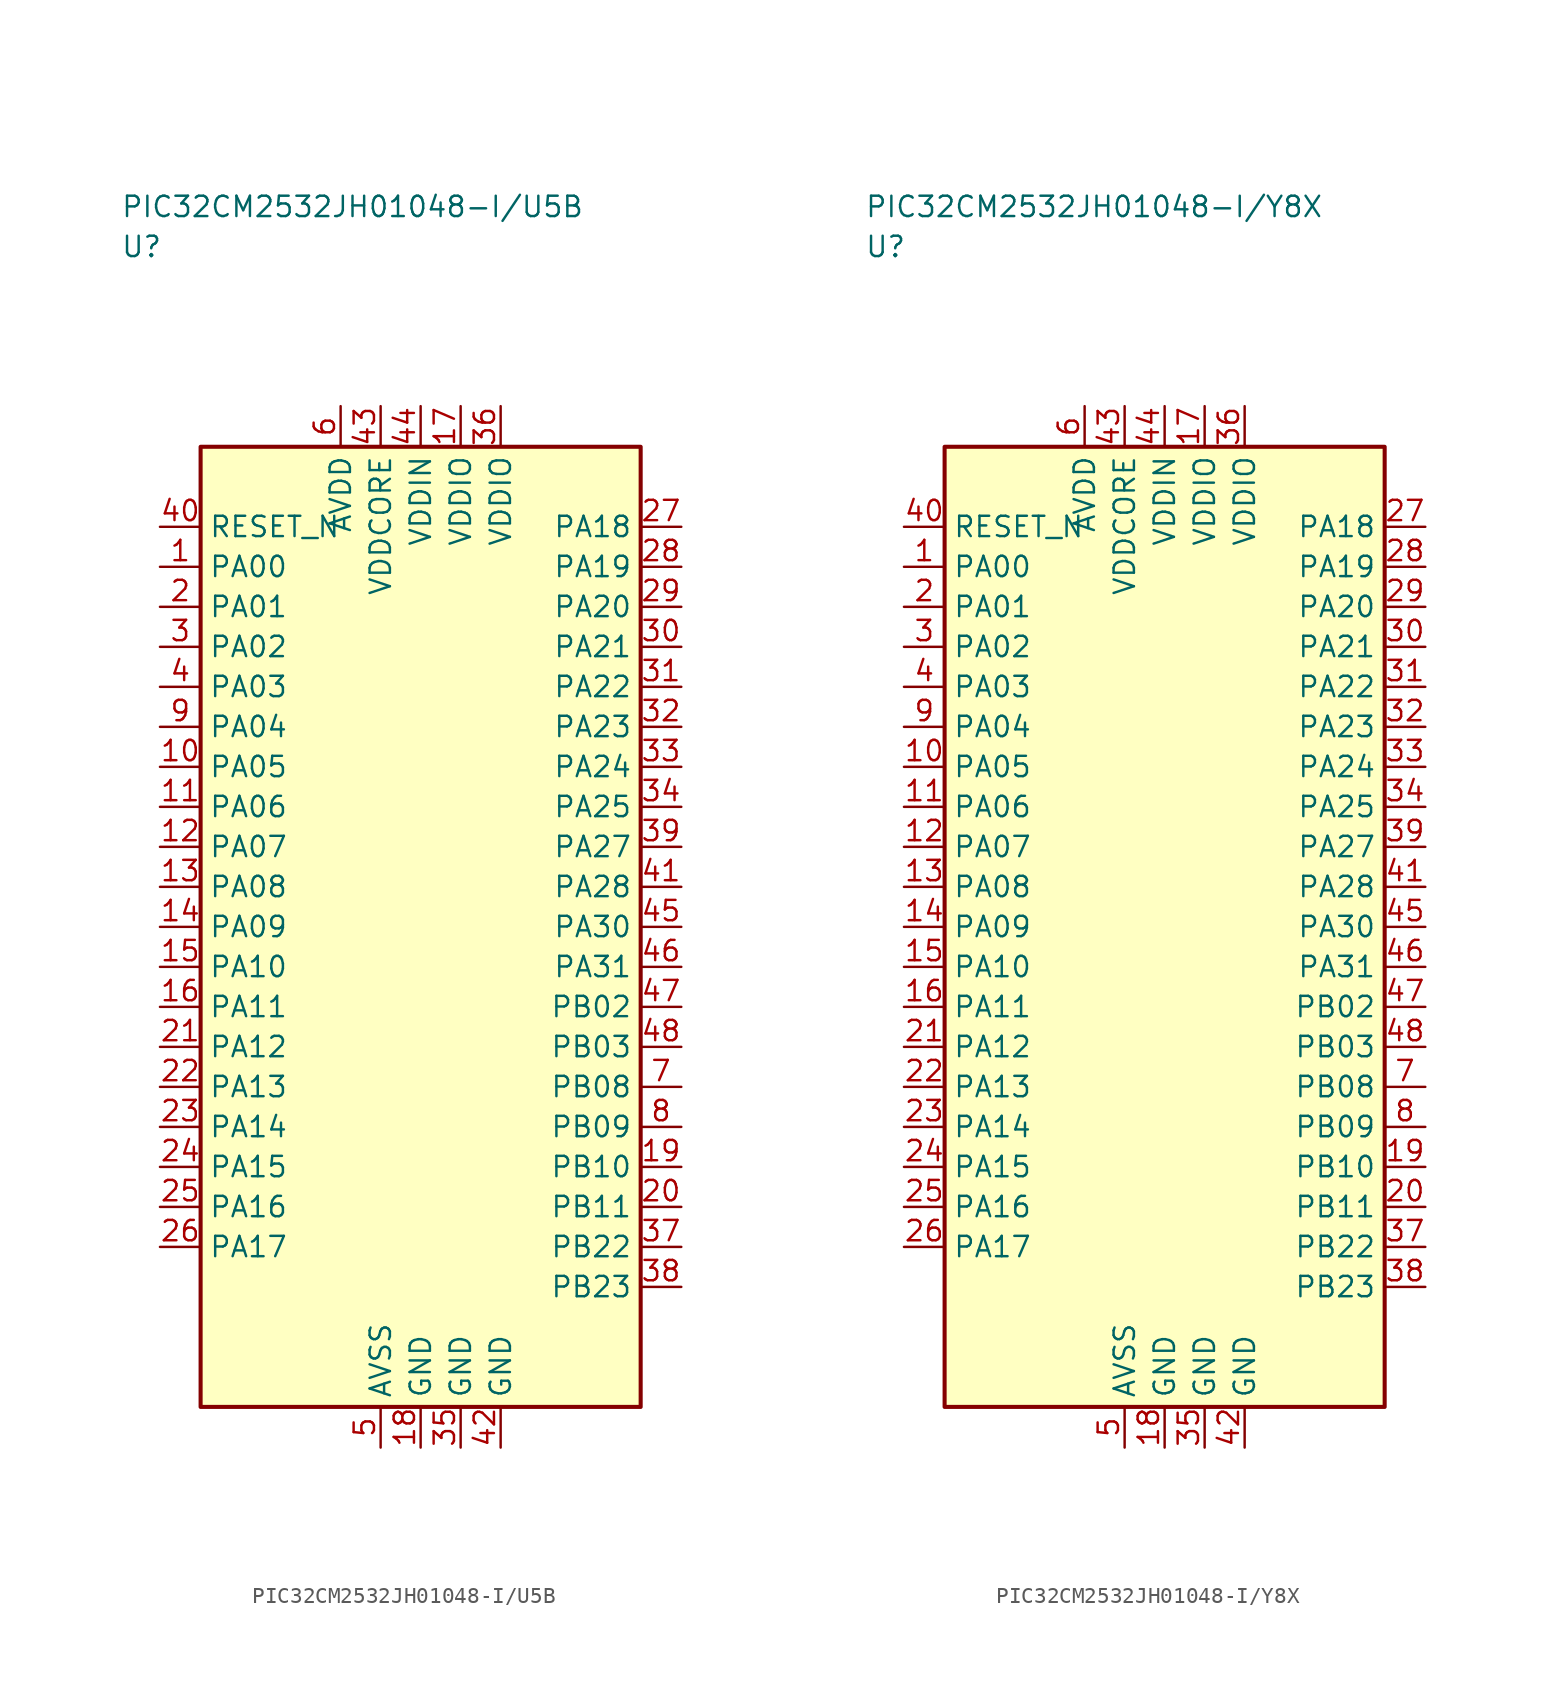
<source format=kicad_sym>
(kicad_symbol_lib
  (version 20241025)
  (generator "kicad_symbol_editor")
  (generator_version "8.0")
  (symbol "PIC32CM2532JH01048-I/U5B"
    (property "Reference" "U"
      (at -18.75 42.5 0)
      (effects (font (size 1.27 1.27)) (justify left)))
    (property "Value" "PIC32CM2532JH01048-I/U5B"
      (at -18.75 45.0 0)
      (effects (font (size 1.27 1.27)) (justify left)))
    (symbol "PIC32CM2532JH01048-I/U5B_0_1"
      (rectangle (start -13.75 30.0) (end 13.75 -30.0) (stroke (width 0.254) (type default)) (fill (type background))))
    (symbol "PIC32CM2532JH01048-I/U5B_1_1"
      (pin bidirectional line (at -16.29 22.5 0.0) (length 2.54) (name "PA00" (effects (font (size 1.27 1.27)))) (number "1" (effects (font (size 1.27 1.27)))))
      (pin bidirectional line (at -16.29 20.0 0.0) (length 2.54) (name "PA01" (effects (font (size 1.27 1.27)))) (number "2" (effects (font (size 1.27 1.27)))))
      (pin bidirectional line (at -16.29 17.5 0.0) (length 2.54) (name "PA02" (effects (font (size 1.27 1.27)))) (number "3" (effects (font (size 1.27 1.27)))))
      (pin bidirectional line (at -16.29 15.0 0.0) (length 2.54) (name "PA03" (effects (font (size 1.27 1.27)))) (number "4" (effects (font (size 1.27 1.27)))))
      (pin passive line (at -2.5 -32.54 90.0) (length 2.54) (name "AVSS" (effects (font (size 1.27 1.27)))) (number "5" (effects (font (size 1.27 1.27)))))
      (pin power_in line (at -5.0 32.54 270.0) (length 2.54) (name "AVDD" (effects (font (size 1.27 1.27)))) (number "6" (effects (font (size 1.27 1.27)))))
      (pin bidirectional line (at 16.29 -10.0 180.0) (length 2.54) (name "PB08" (effects (font (size 1.27 1.27)))) (number "7" (effects (font (size 1.27 1.27)))))
      (pin bidirectional line (at 16.29 -12.5 180.0) (length 2.54) (name "PB09" (effects (font (size 1.27 1.27)))) (number "8" (effects (font (size 1.27 1.27)))))
      (pin bidirectional line (at -16.29 12.5 0.0) (length 2.54) (name "PA04" (effects (font (size 1.27 1.27)))) (number "9" (effects (font (size 1.27 1.27)))))
      (pin bidirectional line (at -16.29 10.0 0.0) (length 2.54) (name "PA05" (effects (font (size 1.27 1.27)))) (number "10" (effects (font (size 1.27 1.27)))))
      (pin bidirectional line (at -16.29 7.5 0.0) (length 2.54) (name "PA06" (effects (font (size 1.27 1.27)))) (number "11" (effects (font (size 1.27 1.27)))))
      (pin bidirectional line (at -16.29 5.0 0.0) (length 2.54) (name "PA07" (effects (font (size 1.27 1.27)))) (number "12" (effects (font (size 1.27 1.27)))))
      (pin bidirectional line (at -16.29 2.5 0.0) (length 2.54) (name "PA08" (effects (font (size 1.27 1.27)))) (number "13" (effects (font (size 1.27 1.27)))))
      (pin bidirectional line (at -16.29 0.0 0.0) (length 2.54) (name "PA09" (effects (font (size 1.27 1.27)))) (number "14" (effects (font (size 1.27 1.27)))))
      (pin bidirectional line (at -16.29 -2.5 0.0) (length 2.54) (name "PA10" (effects (font (size 1.27 1.27)))) (number "15" (effects (font (size 1.27 1.27)))))
      (pin bidirectional line (at -16.29 -5.0 0.0) (length 2.54) (name "PA11" (effects (font (size 1.27 1.27)))) (number "16" (effects (font (size 1.27 1.27)))))
      (pin power_in line (at 2.5 32.54 270.0) (length 2.54) (name "VDDIO" (effects (font (size 1.27 1.27)))) (number "17" (effects (font (size 1.27 1.27)))))
      (pin passive line (at 0.0 -32.54 90.0) (length 2.54) (name "GND" (effects (font (size 1.27 1.27)))) (number "18" (effects (font (size 1.27 1.27)))))
      (pin bidirectional line (at 16.29 -15.0 180.0) (length 2.54) (name "PB10" (effects (font (size 1.27 1.27)))) (number "19" (effects (font (size 1.27 1.27)))))
      (pin bidirectional line (at 16.29 -17.5 180.0) (length 2.54) (name "PB11" (effects (font (size 1.27 1.27)))) (number "20" (effects (font (size 1.27 1.27)))))
      (pin bidirectional line (at -16.29 -7.5 0.0) (length 2.54) (name "PA12" (effects (font (size 1.27 1.27)))) (number "21" (effects (font (size 1.27 1.27)))))
      (pin bidirectional line (at -16.29 -10.0 0.0) (length 2.54) (name "PA13" (effects (font (size 1.27 1.27)))) (number "22" (effects (font (size 1.27 1.27)))))
      (pin bidirectional line (at -16.29 -12.5 0.0) (length 2.54) (name "PA14" (effects (font (size 1.27 1.27)))) (number "23" (effects (font (size 1.27 1.27)))))
      (pin bidirectional line (at -16.29 -15.0 0.0) (length 2.54) (name "PA15" (effects (font (size 1.27 1.27)))) (number "24" (effects (font (size 1.27 1.27)))))
      (pin bidirectional line (at -16.29 -17.5 0.0) (length 2.54) (name "PA16" (effects (font (size 1.27 1.27)))) (number "25" (effects (font (size 1.27 1.27)))))
      (pin bidirectional line (at -16.29 -20.0 0.0) (length 2.54) (name "PA17" (effects (font (size 1.27 1.27)))) (number "26" (effects (font (size 1.27 1.27)))))
      (pin bidirectional line (at 16.29 25.0 180.0) (length 2.54) (name "PA18" (effects (font (size 1.27 1.27)))) (number "27" (effects (font (size 1.27 1.27)))))
      (pin bidirectional line (at 16.29 22.5 180.0) (length 2.54) (name "PA19" (effects (font (size 1.27 1.27)))) (number "28" (effects (font (size 1.27 1.27)))))
      (pin bidirectional line (at 16.29 20.0 180.0) (length 2.54) (name "PA20" (effects (font (size 1.27 1.27)))) (number "29" (effects (font (size 1.27 1.27)))))
      (pin bidirectional line (at 16.29 17.5 180.0) (length 2.54) (name "PA21" (effects (font (size 1.27 1.27)))) (number "30" (effects (font (size 1.27 1.27)))))
      (pin bidirectional line (at 16.29 15.0 180.0) (length 2.54) (name "PA22" (effects (font (size 1.27 1.27)))) (number "31" (effects (font (size 1.27 1.27)))))
      (pin bidirectional line (at 16.29 12.5 180.0) (length 2.54) (name "PA23" (effects (font (size 1.27 1.27)))) (number "32" (effects (font (size 1.27 1.27)))))
      (pin bidirectional line (at 16.29 10.0 180.0) (length 2.54) (name "PA24" (effects (font (size 1.27 1.27)))) (number "33" (effects (font (size 1.27 1.27)))))
      (pin bidirectional line (at 16.29 7.5 180.0) (length 2.54) (name "PA25" (effects (font (size 1.27 1.27)))) (number "34" (effects (font (size 1.27 1.27)))))
      (pin passive line (at 2.5 -32.54 90.0) (length 2.54) (name "GND" (effects (font (size 1.27 1.27)))) (number "35" (effects (font (size 1.27 1.27)))))
      (pin power_in line (at 5.0 32.54 270.0) (length 2.54) (name "VDDIO" (effects (font (size 1.27 1.27)))) (number "36" (effects (font (size 1.27 1.27)))))
      (pin bidirectional line (at 16.29 -20.0 180.0) (length 2.54) (name "PB22" (effects (font (size 1.27 1.27)))) (number "37" (effects (font (size 1.27 1.27)))))
      (pin bidirectional line (at 16.29 -22.5 180.0) (length 2.54) (name "PB23" (effects (font (size 1.27 1.27)))) (number "38" (effects (font (size 1.27 1.27)))))
      (pin bidirectional line (at 16.29 5.0 180.0) (length 2.54) (name "PA27" (effects (font (size 1.27 1.27)))) (number "39" (effects (font (size 1.27 1.27)))))
      (pin input line (at -16.29 25.0 0.0) (length 2.54) (name "RESET_N" (effects (font (size 1.27 1.27)))) (number "40" (effects (font (size 1.27 1.27)))))
      (pin bidirectional line (at 16.29 2.5 180.0) (length 2.54) (name "PA28" (effects (font (size 1.27 1.27)))) (number "41" (effects (font (size 1.27 1.27)))))
      (pin passive line (at 5.0 -32.54 90.0) (length 2.54) (name "GND" (effects (font (size 1.27 1.27)))) (number "42" (effects (font (size 1.27 1.27)))))
      (pin power_in line (at -2.5 32.54 270.0) (length 2.54) (name "VDDCORE" (effects (font (size 1.27 1.27)))) (number "43" (effects (font (size 1.27 1.27)))))
      (pin power_in line (at 0.0 32.54 270.0) (length 2.54) (name "VDDIN" (effects (font (size 1.27 1.27)))) (number "44" (effects (font (size 1.27 1.27)))))
      (pin bidirectional line (at 16.29 0.0 180.0) (length 2.54) (name "PA30" (effects (font (size 1.27 1.27)))) (number "45" (effects (font (size 1.27 1.27)))))
      (pin bidirectional line (at 16.29 -2.5 180.0) (length 2.54) (name "PA31" (effects (font (size 1.27 1.27)))) (number "46" (effects (font (size 1.27 1.27)))))
      (pin bidirectional line (at 16.29 -5.0 180.0) (length 2.54) (name "PB02" (effects (font (size 1.27 1.27)))) (number "47" (effects (font (size 1.27 1.27)))))
      (pin bidirectional line (at 16.29 -7.5 180.0) (length 2.54) (name "PB03" (effects (font (size 1.27 1.27)))) (number "48" (effects (font (size 1.27 1.27)))))))
  (symbol "PIC32CM2532JH01048-I/Y8X"
    (property "Reference" "U"
      (at -18.75 42.5 0)
      (effects (font (size 1.27 1.27)) (justify left)))
    (property "Value" "PIC32CM2532JH01048-I/Y8X"
      (at -18.75 45.0 0)
      (effects (font (size 1.27 1.27)) (justify left)))
    (symbol "PIC32CM2532JH01048-I/Y8X_0_1"
      (rectangle (start -13.75 30.0) (end 13.75 -30.0) (stroke (width 0.254) (type default)) (fill (type background))))
    (symbol "PIC32CM2532JH01048-I/Y8X_1_1"
      (pin bidirectional line (at -16.29 22.5 0.0) (length 2.54) (name "PA00" (effects (font (size 1.27 1.27)))) (number "1" (effects (font (size 1.27 1.27)))))
      (pin bidirectional line (at -16.29 20.0 0.0) (length 2.54) (name "PA01" (effects (font (size 1.27 1.27)))) (number "2" (effects (font (size 1.27 1.27)))))
      (pin bidirectional line (at -16.29 17.5 0.0) (length 2.54) (name "PA02" (effects (font (size 1.27 1.27)))) (number "3" (effects (font (size 1.27 1.27)))))
      (pin bidirectional line (at -16.29 15.0 0.0) (length 2.54) (name "PA03" (effects (font (size 1.27 1.27)))) (number "4" (effects (font (size 1.27 1.27)))))
      (pin passive line (at -2.5 -32.54 90.0) (length 2.54) (name "AVSS" (effects (font (size 1.27 1.27)))) (number "5" (effects (font (size 1.27 1.27)))))
      (pin power_in line (at -5.0 32.54 270.0) (length 2.54) (name "AVDD" (effects (font (size 1.27 1.27)))) (number "6" (effects (font (size 1.27 1.27)))))
      (pin bidirectional line (at 16.29 -10.0 180.0) (length 2.54) (name "PB08" (effects (font (size 1.27 1.27)))) (number "7" (effects (font (size 1.27 1.27)))))
      (pin bidirectional line (at 16.29 -12.5 180.0) (length 2.54) (name "PB09" (effects (font (size 1.27 1.27)))) (number "8" (effects (font (size 1.27 1.27)))))
      (pin bidirectional line (at -16.29 12.5 0.0) (length 2.54) (name "PA04" (effects (font (size 1.27 1.27)))) (number "9" (effects (font (size 1.27 1.27)))))
      (pin bidirectional line (at -16.29 10.0 0.0) (length 2.54) (name "PA05" (effects (font (size 1.27 1.27)))) (number "10" (effects (font (size 1.27 1.27)))))
      (pin bidirectional line (at -16.29 7.5 0.0) (length 2.54) (name "PA06" (effects (font (size 1.27 1.27)))) (number "11" (effects (font (size 1.27 1.27)))))
      (pin bidirectional line (at -16.29 5.0 0.0) (length 2.54) (name "PA07" (effects (font (size 1.27 1.27)))) (number "12" (effects (font (size 1.27 1.27)))))
      (pin bidirectional line (at -16.29 2.5 0.0) (length 2.54) (name "PA08" (effects (font (size 1.27 1.27)))) (number "13" (effects (font (size 1.27 1.27)))))
      (pin bidirectional line (at -16.29 0.0 0.0) (length 2.54) (name "PA09" (effects (font (size 1.27 1.27)))) (number "14" (effects (font (size 1.27 1.27)))))
      (pin bidirectional line (at -16.29 -2.5 0.0) (length 2.54) (name "PA10" (effects (font (size 1.27 1.27)))) (number "15" (effects (font (size 1.27 1.27)))))
      (pin bidirectional line (at -16.29 -5.0 0.0) (length 2.54) (name "PA11" (effects (font (size 1.27 1.27)))) (number "16" (effects (font (size 1.27 1.27)))))
      (pin power_in line (at 2.5 32.54 270.0) (length 2.54) (name "VDDIO" (effects (font (size 1.27 1.27)))) (number "17" (effects (font (size 1.27 1.27)))))
      (pin passive line (at 0.0 -32.54 90.0) (length 2.54) (name "GND" (effects (font (size 1.27 1.27)))) (number "18" (effects (font (size 1.27 1.27)))))
      (pin bidirectional line (at 16.29 -15.0 180.0) (length 2.54) (name "PB10" (effects (font (size 1.27 1.27)))) (number "19" (effects (font (size 1.27 1.27)))))
      (pin bidirectional line (at 16.29 -17.5 180.0) (length 2.54) (name "PB11" (effects (font (size 1.27 1.27)))) (number "20" (effects (font (size 1.27 1.27)))))
      (pin bidirectional line (at -16.29 -7.5 0.0) (length 2.54) (name "PA12" (effects (font (size 1.27 1.27)))) (number "21" (effects (font (size 1.27 1.27)))))
      (pin bidirectional line (at -16.29 -10.0 0.0) (length 2.54) (name "PA13" (effects (font (size 1.27 1.27)))) (number "22" (effects (font (size 1.27 1.27)))))
      (pin bidirectional line (at -16.29 -12.5 0.0) (length 2.54) (name "PA14" (effects (font (size 1.27 1.27)))) (number "23" (effects (font (size 1.27 1.27)))))
      (pin bidirectional line (at -16.29 -15.0 0.0) (length 2.54) (name "PA15" (effects (font (size 1.27 1.27)))) (number "24" (effects (font (size 1.27 1.27)))))
      (pin bidirectional line (at -16.29 -17.5 0.0) (length 2.54) (name "PA16" (effects (font (size 1.27 1.27)))) (number "25" (effects (font (size 1.27 1.27)))))
      (pin bidirectional line (at -16.29 -20.0 0.0) (length 2.54) (name "PA17" (effects (font (size 1.27 1.27)))) (number "26" (effects (font (size 1.27 1.27)))))
      (pin bidirectional line (at 16.29 25.0 180.0) (length 2.54) (name "PA18" (effects (font (size 1.27 1.27)))) (number "27" (effects (font (size 1.27 1.27)))))
      (pin bidirectional line (at 16.29 22.5 180.0) (length 2.54) (name "PA19" (effects (font (size 1.27 1.27)))) (number "28" (effects (font (size 1.27 1.27)))))
      (pin bidirectional line (at 16.29 20.0 180.0) (length 2.54) (name "PA20" (effects (font (size 1.27 1.27)))) (number "29" (effects (font (size 1.27 1.27)))))
      (pin bidirectional line (at 16.29 17.5 180.0) (length 2.54) (name "PA21" (effects (font (size 1.27 1.27)))) (number "30" (effects (font (size 1.27 1.27)))))
      (pin bidirectional line (at 16.29 15.0 180.0) (length 2.54) (name "PA22" (effects (font (size 1.27 1.27)))) (number "31" (effects (font (size 1.27 1.27)))))
      (pin bidirectional line (at 16.29 12.5 180.0) (length 2.54) (name "PA23" (effects (font (size 1.27 1.27)))) (number "32" (effects (font (size 1.27 1.27)))))
      (pin bidirectional line (at 16.29 10.0 180.0) (length 2.54) (name "PA24" (effects (font (size 1.27 1.27)))) (number "33" (effects (font (size 1.27 1.27)))))
      (pin bidirectional line (at 16.29 7.5 180.0) (length 2.54) (name "PA25" (effects (font (size 1.27 1.27)))) (number "34" (effects (font (size 1.27 1.27)))))
      (pin passive line (at 2.5 -32.54 90.0) (length 2.54) (name "GND" (effects (font (size 1.27 1.27)))) (number "35" (effects (font (size 1.27 1.27)))))
      (pin power_in line (at 5.0 32.54 270.0) (length 2.54) (name "VDDIO" (effects (font (size 1.27 1.27)))) (number "36" (effects (font (size 1.27 1.27)))))
      (pin bidirectional line (at 16.29 -20.0 180.0) (length 2.54) (name "PB22" (effects (font (size 1.27 1.27)))) (number "37" (effects (font (size 1.27 1.27)))))
      (pin bidirectional line (at 16.29 -22.5 180.0) (length 2.54) (name "PB23" (effects (font (size 1.27 1.27)))) (number "38" (effects (font (size 1.27 1.27)))))
      (pin bidirectional line (at 16.29 5.0 180.0) (length 2.54) (name "PA27" (effects (font (size 1.27 1.27)))) (number "39" (effects (font (size 1.27 1.27)))))
      (pin input line (at -16.29 25.0 0.0) (length 2.54) (name "RESET_N" (effects (font (size 1.27 1.27)))) (number "40" (effects (font (size 1.27 1.27)))))
      (pin bidirectional line (at 16.29 2.5 180.0) (length 2.54) (name "PA28" (effects (font (size 1.27 1.27)))) (number "41" (effects (font (size 1.27 1.27)))))
      (pin passive line (at 5.0 -32.54 90.0) (length 2.54) (name "GND" (effects (font (size 1.27 1.27)))) (number "42" (effects (font (size 1.27 1.27)))))
      (pin power_in line (at -2.5 32.54 270.0) (length 2.54) (name "VDDCORE" (effects (font (size 1.27 1.27)))) (number "43" (effects (font (size 1.27 1.27)))))
      (pin power_in line (at 0.0 32.54 270.0) (length 2.54) (name "VDDIN" (effects (font (size 1.27 1.27)))) (number "44" (effects (font (size 1.27 1.27)))))
      (pin bidirectional line (at 16.29 0.0 180.0) (length 2.54) (name "PA30" (effects (font (size 1.27 1.27)))) (number "45" (effects (font (size 1.27 1.27)))))
      (pin bidirectional line (at 16.29 -2.5 180.0) (length 2.54) (name "PA31" (effects (font (size 1.27 1.27)))) (number "46" (effects (font (size 1.27 1.27)))))
      (pin bidirectional line (at 16.29 -5.0 180.0) (length 2.54) (name "PB02" (effects (font (size 1.27 1.27)))) (number "47" (effects (font (size 1.27 1.27)))))
      (pin bidirectional line (at 16.29 -7.5 180.0) (length 2.54) (name "PB03" (effects (font (size 1.27 1.27)))) (number "48" (effects (font (size 1.27 1.27))))))))
</source>
